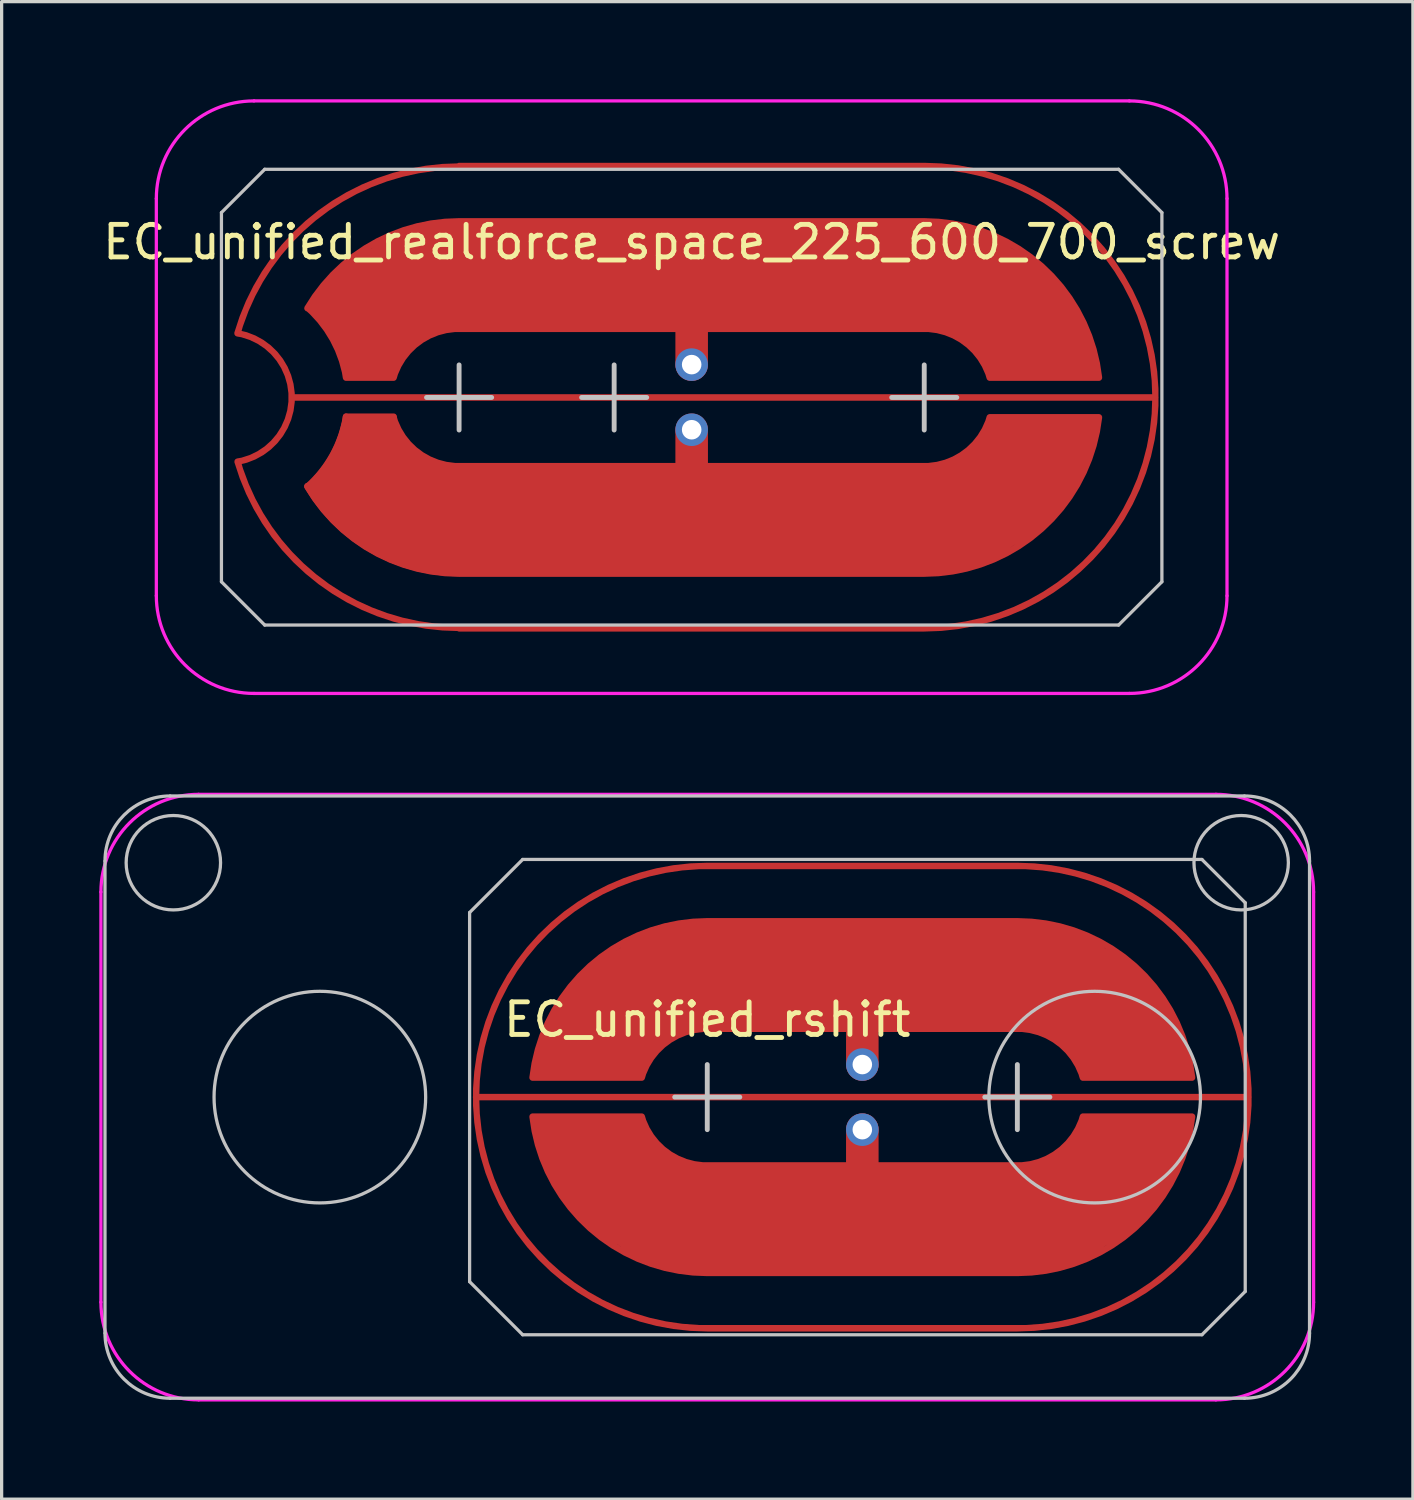
<source format=kicad_pcb>
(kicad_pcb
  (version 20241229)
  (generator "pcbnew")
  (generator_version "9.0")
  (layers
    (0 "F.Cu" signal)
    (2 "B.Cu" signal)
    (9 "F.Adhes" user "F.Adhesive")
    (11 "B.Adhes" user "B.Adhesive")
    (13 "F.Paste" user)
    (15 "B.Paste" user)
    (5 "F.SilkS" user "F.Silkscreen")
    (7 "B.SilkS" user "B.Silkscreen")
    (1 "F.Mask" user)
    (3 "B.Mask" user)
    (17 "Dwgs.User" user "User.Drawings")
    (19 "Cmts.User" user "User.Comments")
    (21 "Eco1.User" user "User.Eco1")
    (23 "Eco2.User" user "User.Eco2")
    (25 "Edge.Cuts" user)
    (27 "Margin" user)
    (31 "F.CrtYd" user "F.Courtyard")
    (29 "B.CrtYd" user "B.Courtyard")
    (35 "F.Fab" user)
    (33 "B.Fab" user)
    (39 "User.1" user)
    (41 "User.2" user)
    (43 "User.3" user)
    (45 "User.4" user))
  (footprint "EC_unified_realforce_space_225_600_700_screw"
    (layer "F.Cu")
    (at 18.196 9.15)
    (property "Reference" "EC_unified_realforce_space_225_600_700_screw" (at 0 -4.763 0) (layer "F.SilkS") (effects (font (size 1 1) (thickness 0.15))))
    (attr through_hole)
    (fp_line (start -10.616 0.6) (end -9.156 0.6) (stroke (width 0.2) (type solid)) (layer "F.Cu"))
    (fp_arc (start -10.61612 0.6) (mid -11.021564 1.771218) (end -11.79312 2.741187) (stroke (width 0.2) (type default)) (layer "F.Cu"))
    (fp_arc (start -7.14375 5.399999) (mid -9.828241 4.685455) (end -11.802294 2.730926) (stroke (width 0.2) (type default)) (layer "F.Cu"))
    (fp_line (start -14.444 -5.67) (end -13.114 -7) (stroke (width 0.1) (type solid)) (layer "Dwgs.User"))
    (fp_line (start -14.444 5.67) (end -14.444 -5.67) (stroke (width 0.1) (type solid)) (layer "Dwgs.User"))
    (fp_line (start -13.114 -7) (end 13.114 -7) (stroke (width 0.1) (type solid)) (layer "Dwgs.User"))
    (fp_line (start -13.114 7) (end -14.444 5.67) (stroke (width 0.1) (type solid)) (layer "Dwgs.User"))
    (fp_line (start -8.144 0.009) (end -6.144 0.009) (stroke (width 0.15) (type default)) (layer "Dwgs.User"))
    (fp_line (start -7.144 -0.991) (end -7.144 1.009) (stroke (width 0.15) (type default)) (layer "Dwgs.User"))
    (fp_line (start -3.381 0.009) (end -1.381 0.009) (stroke (width 0.15) (type default)) (layer "Dwgs.User"))
    (fp_line (start -2.381 -0.991) (end -2.381 1.009) (stroke (width 0.15) (type default)) (layer "Dwgs.User"))
    (fp_line (start 6.144 0.009) (end 8.144 0.009) (stroke (width 0.15) (type default)) (layer "Dwgs.User"))
    (fp_line (start 7.144 -0.991) (end 7.144 1.009) (stroke (width 0.15) (type default)) (layer "Dwgs.User"))
    (fp_line (start 13.114 7) (end -13.114 7) (stroke (width 0.1) (type solid)) (layer "Dwgs.User"))
    (fp_line (start 14.444 -5.67) (end 13.114 -7) (stroke (width 0.1) (type solid)) (layer "Dwgs.User"))
    (fp_line (start 14.444 -5.67) (end 14.444 5.67) (stroke (width 0.1) (type solid)) (layer "Dwgs.User"))
    (fp_line (start 14.444 5.67) (end 13.114 7) (stroke (width 0.1) (type solid)) (layer "Dwgs.User"))
    (fp_line (start -16.444 6.1) (end -16.444 -6.1) (stroke (width 0.1) (type solid)) (layer "F.CrtYd"))
    (fp_line (start 13.444 -9.1) (end -13.444 -9.1) (stroke (width 0.1) (type solid)) (layer "F.CrtYd"))
    (fp_line (start 13.444 9.1) (end -13.444 9.1) (stroke (width 0.1) (type solid)) (layer "F.CrtYd"))
    (fp_line (start 16.444 6.1) (end 16.444 -6.1) (stroke (width 0.1) (type solid)) (layer "F.CrtYd"))
    (fp_arc (start -16.44375 -6.1) (mid -15.56507 -8.22132) (end -13.44375 -9.1) (stroke (width 0.1) (type solid)) (layer "F.CrtYd"))
    (fp_arc (start -13.44375 9.1) (mid -15.56507 8.22132) (end -16.44375 6.1) (stroke (width 0.1) (type solid)) (layer "F.CrtYd"))
    (fp_arc (start 13.44375 -9.1) (mid 15.56507 -8.22132) (end 16.44375 -6.1) (stroke (width 0.1) (type solid)) (layer "F.CrtYd"))
    (fp_arc (start 16.44375 6.1) (mid 15.56507 8.22132) (end 13.44375 9.1) (stroke (width 0.1) (type solid)) (layer "F.CrtYd"))
    (pad "" smd circle (at 0 -1) (size 0.55 0.55) (layers "F.Mask"))
    (pad "" smd circle (at 0 1) (size 0.55 0.55) (layers "F.Mask"))
    (pad "1" smd custom (at -7.144 0) (size 0.2 0.2) (layers "F.Cu") (options (anchor circle)) (primitives (gr_line (start 21.387 0.009) (end -5.143 0.009) (width 0.2)) (gr_arc (start 14.2875 -7.1) (mid 21.3875 0) (end 14.2875 7.1) (width 0.2)) (gr_line (start 14.287 7.1) (end 0 7.1) (width 0.2)) (gr_line (start 14.287 -7.1) (end 0 -7.1) (width 0.2)) (gr_arc (start 0 7.085774) (mid -4.252907 5.667537) (end -6.803352 1.980553) (width 0.2)) (gr_arc (start -6.80652 -1.961818) (mid -4.259149 -5.660132) (end 0 -7.083604) (width 0.2)) (gr_arc (start -6.806521 -1.961818) (mid -5.143205 0.008032) (end -6.803353 1.980552) (width 0.2))))
    (pad "2" smd custom (at 0 -2.25 270) (size 0.2 0.2) (layers "F.Cu") (options (anchor circle)) (primitives (gr_rect (start -3.15 -7.144) (end 0.15 7.144) (width 0.2) (fill yes)) (gr_arc (start -0.480926 11.802294) (mid -2.435456 9.828242) (end -3.149999 7.14375) (width 0.2)) (gr_arc (start -0.491187 11.79312) (mid 0.478782 11.021564) (end 1.65 10.616118) (width 0.2)) (gr_arc (start 1.650001 9.15621) (mid 0.566255 8.398739) (end 0.150001 7.14375) (width 0.2)) (gr_line (start 1.65 10.616) (end 1.65 9.156) (width 0.2)) (gr_poly (pts (xy -0.15 11.544) (xy -0.481 11.802) (xy -0.75 11.644) (xy -1.75 10.744) (xy -2.75 9.144) (xy -3.05 8.144) (xy -3.15 7.144) (xy 0.15 7.144) (xy 0.35 8.144) (xy 1.25 8.944) (xy 1.65 9.156) (xy 1.65 10.616) (xy 1.059 10.8) (xy 0.259 11.2)) (width 0) (fill yes)) (gr_arc (start 0.150001 -7.14375) (mid 0.565194 -8.397315) (end 1.646598 -9.155193) (width 0.2)) (gr_arc (start -3.149999 -7.14375) (mid -1.776218 -10.7423) (end 1.646135 -12.50988) (width 0.2)) (gr_line (start 1.65 -9.156) (end 1.65 -12.51) (width 0.2)) (gr_poly (pts (xy -3.15 -7.144) (xy -3.05 -8.144) (xy -2.75 -9.144) (xy -1.75 -10.744) (xy -0.75 -11.644) (xy 0.25 -12.144) (xy 1.25 -12.444) (xy 1.65 -12.51) (xy 1.65 -9.156) (xy 1.25 -8.944) (xy 0.35 -8.144) (xy 0.15 -7.144)) (width 0) (fill yes)) (gr_line (start 1.25 0) (end -1.25 0) (width 1))))
    (pad "2" thru_hole circle (at 0 -1) (size 1 1) (drill 0.6) (layers "*.Cu" "B.Mask"))
    (pad "3" thru_hole circle (at 0 1) (size 1 1) (drill 0.6) (layers "*.Cu" "B.Mask"))
    (pad "3" smd custom (at 0 2.269 270) (size 0.2 0.2) (layers "F.Cu") (options (anchor circle)) (primitives (gr_rect (start -0.15 -7.144) (end 3.15 7.144) (width 0.2) (fill yes)) (gr_arc (start 3.149999 7.14375) (mid 2.435456 9.828242) (end 0.480926 11.802294) (width 0.2)) (gr_arc (start -1.65 10.61612) (mid -0.478781 11.021564) (end 0.491187 11.79312) (width 0.2)) (gr_arc (start -0.150001 7.14375) (mid -0.566255 8.39874) (end -1.650001 9.15621) (width 0.2)) (gr_line (start -1.65 9.156) (end -1.65 10.616) (width 0.2)) (gr_poly (pts (xy 0.15 11.544) (xy 0.481 11.802) (xy 0.75 11.644) (xy 1.75 10.744) (xy 2.75 9.144) (xy 3.05 8.144) (xy 3.15 7.144) (xy -0.15 7.144) (xy -0.35 8.144) (xy -1.25 8.944) (xy -1.65 9.156) (xy -1.65 10.616) (xy -1.059 10.8) (xy -0.259 11.2)) (width 0) (fill yes)) (gr_arc (start -1.646598 -9.155193) (mid -0.565194 -8.397316) (end -0.150001 -7.14375) (width 0.2)) (gr_arc (start -1.646135 -12.50988) (mid 1.776218 -10.7423) (end 3.149999 -7.14375) (width 0.2)) (gr_line (start -1.65 -12.51) (end -1.65 -9.156) (width 0.2)) (gr_poly (pts (xy 3.15 -7.144) (xy 3.05 -8.144) (xy 2.75 -9.144) (xy 1.75 -10.744) (xy 0.75 -11.644) (xy -0.25 -12.144) (xy -1.25 -12.444) (xy -1.65 -12.51) (xy -1.65 -9.156) (xy -1.25 -8.944) (xy -0.35 -8.144) (xy -0.15 -7.144)) (width 0) (fill yes)) (gr_line (start 1.25 0) (end -1.25 0) (width 1))))
    (zone (net_name "") (layer "F.Cu") (hatch edge 0.508) (connect_pads) (min_thickness 0.254) (filled_areas_thickness no) (keepout (tracks allowed) (vias allowed) (pads allowed) (copperpour not_allowed) (footprints allowed)) (placement (enabled no)) (fill) (polygon (pts (xy 11.053 16.25) (xy 10.053 16.15) (xy 9.053 15.95) (xy 8.053 15.55) (xy 7.053 15.05) (xy 6.053 14.15) (xy 5.153 13.15) (xy 4.653 12.15) (xy 4.253 11.15) (xy 4.796 10.95) (xy 5.396 10.55) (xy 5.796 9.75) (xy 5.996 9.15) (xy 5.796 8.55) (xy 5.396 7.75) (xy 4.796 7.35) (xy 4.253 7.15) (xy 4.653 6.15) (xy 5.053 5.35) (xy 6.053 4.05) (xy 7.053 3.25) (xy 8.053 2.65) (xy 9.053 2.35) (xy 10.053 2.15) (xy 11.053 2.05) (xy 25.34 2.05) (xy 26.34 2.15) (xy 27.34 2.35) (xy 28.34 2.75) (xy 29.34 3.25) (xy 30.34 4.15) (xy 31.24 5.15) (xy 31.74 6.15) (xy 32.14 7.15) (xy 32.34 8.15) (xy 32.44 9.15) (xy 32.34 10.15) (xy 32.14 11.05) (xy 31.74 12.15) (xy 31.24 13.15) (xy 30.44 14.15) (xy 29.34 15.05) (xy 28.34 15.55) (xy 27.34 15.95) (xy 26.34 16.15) (xy 25.34 16.25)))))
  (footprint "EC_unified_rshift"
    (layer "F.Cu")
    (at 18.675 30.65)
    (property "Reference" "EC_unified_rshift" (at 0 -2.381 0) (layer "F.SilkS") (effects (font (size 1 1) (thickness 0.15))))
    (attr through_hole)
    (fp_line (start -18.5 7.25) (end -18.5 -7.25) (stroke (width 0.1) (type solid)) (layer "Dwgs.User"))
    (fp_line (start -7.3 -5.67) (end -5.67 -7.3) (stroke (width 0.1) (type solid)) (layer "Dwgs.User"))
    (fp_line (start -7.3 5.67) (end -7.3 -5.67) (stroke (width 0.1) (type solid)) (layer "Dwgs.User"))
    (fp_line (start -5.67 -7.3) (end 15.195 -7.3) (stroke (width 0.1) (type solid)) (layer "Dwgs.User"))
    (fp_line (start -5.67 7.3) (end -7.3 5.67) (stroke (width 0.1) (type solid)) (layer "Dwgs.User"))
    (fp_line (start -1 0) (end 1 0) (stroke (width 0.15) (type default)) (layer "Dwgs.User"))
    (fp_line (start 0 1) (end 0 -1) (stroke (width 0.15) (type default)) (layer "Dwgs.User"))
    (fp_line (start 8.525 0) (end 10.525 0) (stroke (width 0.15) (type default)) (layer "Dwgs.User"))
    (fp_line (start 9.525 1) (end 9.525 -1) (stroke (width 0.15) (type default)) (layer "Dwgs.User"))
    (fp_line (start 15.195 -7.3) (end 16.525 -5.97) (stroke (width 0.1) (type solid)) (layer "Dwgs.User"))
    (fp_line (start 15.195 7.3) (end -5.67 7.3) (stroke (width 0.1) (type solid)) (layer "Dwgs.User"))
    (fp_line (start 15.195 7.3) (end 16.525 5.97) (stroke (width 0.1) (type solid)) (layer "Dwgs.User"))
    (fp_line (start 16.5 -9.25) (end -16.5 -9.25) (stroke (width 0.1) (type solid)) (layer "Dwgs.User"))
    (fp_line (start 16.5 9.25) (end -16.5 9.25) (stroke (width 0.1) (type solid)) (layer "Dwgs.User"))
    (fp_line (start 16.525 -5.97) (end 16.525 5.97) (stroke (width 0.1) (type solid)) (layer "Dwgs.User"))
    (fp_line (start 18.5 -7.25) (end 18.5 7.25) (stroke (width 0.1) (type solid)) (layer "Dwgs.User"))
    (fp_arc (start -18.5 -7.25) (mid -17.914214 -8.664214) (end -16.5 -9.25) (stroke (width 0.1) (type solid)) (layer "Dwgs.User"))
    (fp_arc (start -16.5 9.25) (mid -17.914214 8.664214) (end -18.5 7.25) (stroke (width 0.1) (type solid)) (layer "Dwgs.User"))
    (fp_arc (start 16.5 -9.25) (mid 17.914214 -8.664214) (end 18.5 -7.25) (stroke (width 0.1) (type solid)) (layer "Dwgs.User"))
    (fp_arc (start 18.5 7.25) (mid 17.914214 8.664214) (end 16.5 9.25) (stroke (width 0.1) (type solid)) (layer "Dwgs.User"))
    (fp_circle (center -16.4 -7.2) (end -17.85 -7.2) (stroke (width 0.1) (type solid)) (fill no) (layer "Dwgs.User"))
    (fp_circle (center -11.9 0) (end -15.15 0) (stroke (width 0.1) (type solid)) (fill no) (layer "Dwgs.User"))
    (fp_circle (center 11.9 0) (end 8.65 0) (stroke (width 0.1) (type solid)) (fill no) (layer "Dwgs.User"))
    (fp_circle (center 16.4 -7.2) (end 14.95 -7.2) (stroke (width 0.1) (type solid)) (fill no) (layer "Dwgs.User"))
    (fp_line (start -18.625 6.3) (end -18.625 -6.3) (stroke (width 0.1) (type solid)) (layer "F.CrtYd"))
    (fp_line (start -15.625 -9.3) (end 15.625 -9.3) (stroke (width 0.1) (type solid)) (layer "F.CrtYd"))
    (fp_line (start 15.625 9.3) (end -15.625 9.3) (stroke (width 0.1) (type solid)) (layer "F.CrtYd"))
    (fp_line (start 18.625 6.3) (end 18.625 -6.3) (stroke (width 0.1) (type solid)) (layer "F.CrtYd"))
    (fp_arc (start -18.625 -6.3) (mid -17.74632 -8.42132) (end -15.625 -9.3) (stroke (width 0.1) (type solid)) (layer "F.CrtYd"))
    (fp_arc (start -15.625 9.3) (mid -17.74632 8.42132) (end -18.625 6.3) (stroke (width 0.1) (type solid)) (layer "F.CrtYd"))
    (fp_arc (start 15.625 -9.3) (mid 17.74632 -8.42132) (end 18.625 -6.3) (stroke (width 0.1) (type solid)) (layer "F.CrtYd"))
    (fp_arc (start 18.625 6.3) (mid 17.74632 8.42132) (end 15.625 9.3) (stroke (width 0.1) (type solid)) (layer "F.CrtYd"))
    (pad "" smd circle (at 4.763 -1 90) (size 0.55 0.55) (layers "F.Mask"))
    (pad "" smd circle (at 4.763 1 90) (size 0.55 0.55) (layers "F.Mask"))
    (pad "1" smd custom (at 9.525 0 180) (size 0.2 0.2) (layers "F.Cu") (options (anchor circle)) (primitives (gr_line (start 16.625 0) (end -7.1 0) (width 0.2)) (gr_arc (start 9.525 -7.1) (mid 16.625 0) (end 9.525 7.1) (width 0.2)) (gr_line (start 9.525 -7.1) (end 0 -7.1) (width 0.2)) (gr_line (start 9.525 7.1) (end 0 7.1) (width 0.2)) (gr_arc (start 0 7.1) (mid -7.1 0) (end 0 -7.1) (width 0.2))))
    (pad "2" thru_hole circle (at 4.763 1 90) (size 1 1) (drill 0.6) (layers "*.Cu" "B.Mask"))
    (pad "2" smd custom (at 4.763 4.1 270) (size 0.2 0.2) (layers "F.Cu") (options (anchor circle)) (primitives (gr_rect (start -2 -4.763) (end 1.3 4.763) (width 0.2) (fill yes)) (gr_arc (start 1.299999 4.7625) (mid -0.073782 8.36105) (end -3.496135 10.128629) (width 0.2)) (gr_line (start -3.5 6.775) (end -3.5 10.129) (width 0.2)) (gr_arc (start -2.000002 4.7625) (mid -2.415195 6.016064) (end -3.496597 6.773941) (width 0.2)) (gr_poly (pts (xy 1.3 4.763) (xy 1.2 5.763) (xy 0.9 6.763) (xy -0.1 8.363) (xy -1.1 9.262) (xy -2.1 9.762) (xy -3.5 10.129) (xy -3.5 6.775) (xy -3.1 6.562) (xy -2.2 5.763) (xy -2 4.763)) (width 0) (fill yes)) (gr_line (start -0.6 0) (end -3.1 0) (width 1)) (gr_arc (start -3.499999 -10.129062) (mid -0.075078 -8.362499) (end 1.299999 -4.7625) (width 0.2)) (gr_arc (start -3.5 -6.77496) (mid -2.416255 -6.017489) (end -2.000001 -4.7625) (width 0.2)) (gr_line (start -3.5 -6.775) (end -3.5 -10.129) (width 0.2)) (gr_poly (pts (xy -3.1 -10.062) (xy -2.1 -9.762) (xy -1.1 -9.262) (xy -0.1 -8.363) (xy 0.9 -6.763) (xy 1.2 -5.763) (xy 1.3 -4.763) (xy -2 -4.763) (xy -2.2 -5.763) (xy -3.1 -6.562) (xy -3.5 -6.775) (xy -3.5 -10.129)) (width 0) (fill yes))))
    (pad "3" smd custom (at 4.763 -4.1 90) (size 0.2 0.2) (layers "F.Cu") (options (anchor circle)) (primitives (gr_rect (start -2 -4.763) (end 1.3 4.763) (width 0.2) (fill yes)) (gr_arc (start 1.299999 4.7625) (mid -0.073782 8.36105) (end -3.496135 10.128629) (width 0.2)) (gr_line (start -3.5 6.775) (end -3.5 10.129) (width 0.2)) (gr_arc (start -2.000002 4.7625) (mid -2.415195 6.016064) (end -3.496597 6.773941) (width 0.2)) (gr_poly (pts (xy 1.3 4.763) (xy 1.2 5.763) (xy 0.9 6.763) (xy -0.1 8.363) (xy -1.1 9.262) (xy -2.1 9.762) (xy -3.5 10.129) (xy -3.5 6.775) (xy -3.1 6.562) (xy -2.2 5.763) (xy -2 4.763)) (width 0) (fill yes)) (gr_line (start -0.6 0) (end -3.1 0) (width 1)) (gr_arc (start -3.499999 -10.129062) (mid -0.075078 -8.362499) (end 1.299999 -4.7625) (width 0.2)) (gr_arc (start -3.5 -6.77496) (mid -2.416255 -6.017489) (end -2.000001 -4.7625) (width 0.2)) (gr_line (start -3.5 -6.775) (end -3.5 -10.129) (width 0.2)) (gr_poly (pts (xy -3.1 -10.062) (xy -2.1 -9.762) (xy -1.1 -9.262) (xy -0.1 -8.363) (xy 0.9 -6.763) (xy 1.2 -5.763) (xy 1.3 -4.763) (xy -2 -4.763) (xy -2.2 -5.763) (xy -3.1 -6.562) (xy -3.5 -6.775) (xy -3.5 -10.129)) (width 0) (fill yes))))
    (pad "3" thru_hole circle (at 4.763 -1 90) (size 1 1) (drill 0.6) (layers "*.Cu" "B.Mask"))
    (zone (net_name "") (layers "F.Cu" "B.Cu") (hatch edge 0.508) (connect_pads) (min_thickness 0.254) (filled_areas_thickness no) (keepout (tracks allowed) (vias allowed) (pads allowed) (copperpour not_allowed) (footprints allowed)) (placement (enabled no)) (fill) (polygon (pts (xy 11.675 29.65) (xy 11.875 28.65) (xy 12.275 27.65) (xy 12.775 26.65) (xy 13.675 25.65) (xy 14.675 24.75) (xy 15.675 24.25) (xy 16.675 23.85) (xy 17.675 23.65) (xy 18.675 23.55) (xy 28.2 23.55) (xy 29.2 23.65) (xy 30.2 23.85) (xy 31.2 24.25) (xy 32 24.65) (xy 33.3 25.65) (xy 34.1 26.65) (xy 34.7 27.65) (xy 35 28.65) (xy 35.2 29.65) (xy 35.3 30.65) (xy 35.2 31.65) (xy 35 32.65) (xy 34.6 33.65) (xy 34.1 34.65) (xy 33.2 35.65) (xy 32.2 36.55) (xy 31.2 37.05) (xy 30.2 37.45) (xy 29.2 37.65) (xy 28.2 37.75) (xy 18.675 37.75) (xy 17.675 37.65) (xy 16.775 37.45) (xy 15.675 37.05) (xy 14.675 36.55) (xy 13.675 35.75) (xy 12.775 34.65) (xy 12.275 33.65) (xy 11.875 32.65) (xy 11.675 31.65) (xy 11.575 30.65)))))
  (gr_rect
    (start -3 -3)
    (end 40.35 43)
    (stroke (width 0.1) (type default))
    (fill no)
    (layer "Edge.Cuts")))
</source>
